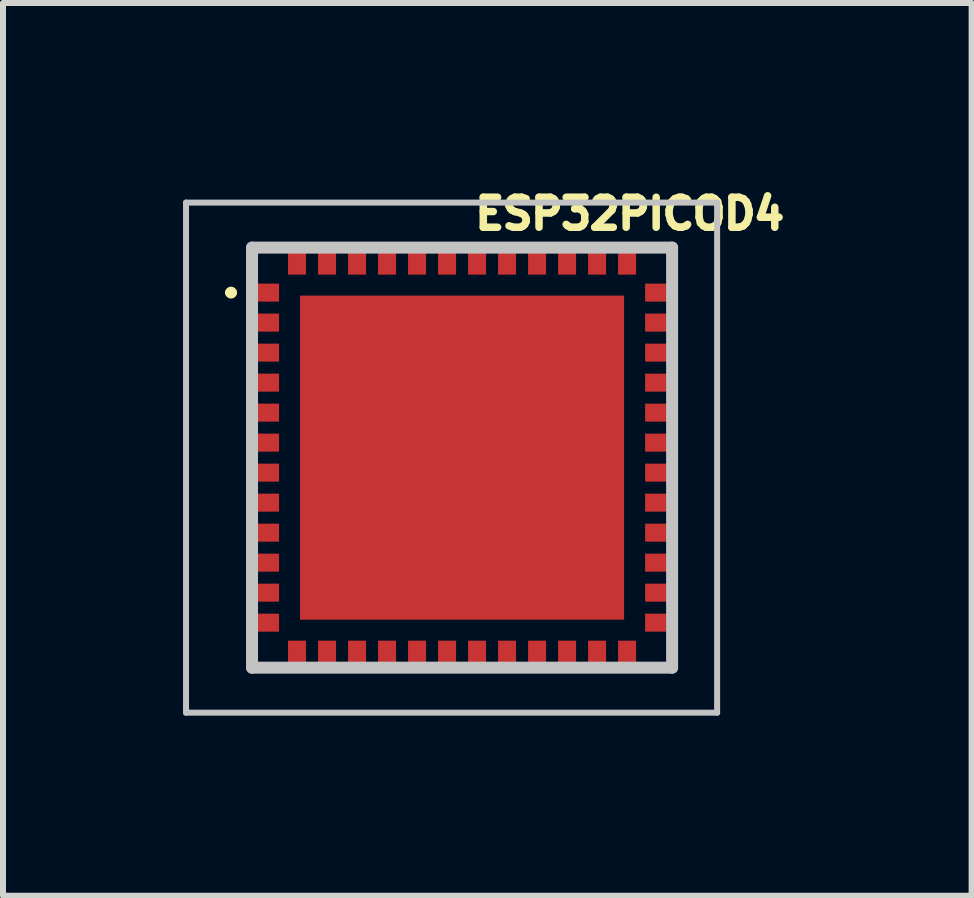
<source format=kicad_pcb>
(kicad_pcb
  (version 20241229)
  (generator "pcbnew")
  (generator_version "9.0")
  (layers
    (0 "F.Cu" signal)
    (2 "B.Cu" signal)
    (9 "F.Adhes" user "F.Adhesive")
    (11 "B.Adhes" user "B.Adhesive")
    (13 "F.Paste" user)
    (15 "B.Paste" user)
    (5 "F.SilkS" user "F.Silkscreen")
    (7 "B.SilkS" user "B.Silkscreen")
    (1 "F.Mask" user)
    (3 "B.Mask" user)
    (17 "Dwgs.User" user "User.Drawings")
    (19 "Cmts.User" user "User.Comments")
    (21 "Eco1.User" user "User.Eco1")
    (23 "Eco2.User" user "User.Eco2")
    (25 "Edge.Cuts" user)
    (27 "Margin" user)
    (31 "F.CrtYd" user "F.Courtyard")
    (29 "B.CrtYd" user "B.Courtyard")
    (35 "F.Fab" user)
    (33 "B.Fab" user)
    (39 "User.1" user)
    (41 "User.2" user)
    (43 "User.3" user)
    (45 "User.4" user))
  (footprint "ESP32PICOD4"
    (layer "F.Cu")
    (at 4.65 4.576)
    (property "Reference" "ESP32PICOD4" (at 2.794 -4.064 0) (layer "F.SilkS") (effects (font (size 0.5 0.5) (thickness 0.125))))
    (attr smd)
    (fp_line (start -3.9 -2.75) (end -3.9 -2.75) (stroke (width 0.1) (type solid)) (layer "F.SilkS"))
    (fp_line (start -3.8 -2.75) (end -3.8 -2.75) (stroke (width 0.1) (type solid)) (layer "F.SilkS"))
    (fp_line (start -3.5 -3.5) (end -3 -3.5) (stroke (width 0.1) (type solid)) (layer "F.SilkS"))
    (fp_line (start -3.5 -3) (end -3.5 -3.5) (stroke (width 0.1) (type solid)) (layer "F.SilkS"))
    (fp_line (start -3.5 3) (end -3.5 3.5) (stroke (width 0.1) (type solid)) (layer "F.SilkS"))
    (fp_line (start -3.5 3.5) (end -3 3.5) (stroke (width 0.1) (type solid)) (layer "F.SilkS"))
    (fp_line (start 3 3.5) (end 3.5 3.5) (stroke (width 0.1) (type solid)) (layer "F.SilkS"))
    (fp_line (start 3.5 -3.5) (end 3 -3.5) (stroke (width 0.1) (type solid)) (layer "F.SilkS"))
    (fp_line (start 3.5 -3) (end 3.5 -3.5) (stroke (width 0.1) (type solid)) (layer "F.SilkS"))
    (fp_line (start 3.5 3.5) (end 3.5 3) (stroke (width 0.1) (type solid)) (layer "F.SilkS"))
    (fp_arc (start -3.9 -2.75) (mid -3.85 -2.8) (end -3.8 -2.75) (stroke (width 0.1) (type solid)) (layer "F.SilkS"))
    (fp_arc (start -3.8 -2.75) (mid -3.85 -2.7) (end -3.9 -2.75) (stroke (width 0.1) (type solid)) (layer "F.SilkS"))
    (fp_line (start -4.6 -4.25) (end 4.25 -4.25) (stroke (width 0.1) (type solid)) (layer "Dwgs.User"))
    (fp_line (start -4.6 4.25) (end -4.6 -4.25) (stroke (width 0.1) (type solid)) (layer "Dwgs.User"))
    (fp_line (start -3.5 -3.5) (end 3.5 -3.5) (stroke (width 0.2) (type solid)) (layer "Dwgs.User"))
    (fp_line (start -3.5 3.5) (end -3.5 -3.5) (stroke (width 0.2) (type solid)) (layer "Dwgs.User"))
    (fp_line (start 3.5 -3.5) (end 3.5 3.5) (stroke (width 0.2) (type solid)) (layer "Dwgs.User"))
    (fp_line (start 3.5 3.5) (end -3.5 3.5) (stroke (width 0.2) (type solid)) (layer "Dwgs.User"))
    (fp_line (start 4.25 -4.25) (end 4.25 4.25) (stroke (width 0.1) (type solid)) (layer "Dwgs.User"))
    (fp_line (start 4.25 4.25) (end -4.6 4.25) (stroke (width 0.1) (type solid)) (layer "Dwgs.User"))
    (pad "1" smd rect (at -3.3 -2.75 90) (size 0.3 0.5) (layers "F.Cu" "F.Mask" "F.Paste"))
    (pad "2" smd rect (at -3.3 -2.25 90) (size 0.3 0.5) (layers "F.Cu" "F.Mask" "F.Paste"))
    (pad "3" smd rect (at -3.3 -1.75 90) (size 0.3 0.5) (layers "F.Cu" "F.Mask" "F.Paste"))
    (pad "4" smd rect (at -3.3 -1.25 90) (size 0.3 0.5) (layers "F.Cu" "F.Mask" "F.Paste"))
    (pad "5" smd rect (at -3.3 -0.75 90) (size 0.3 0.5) (layers "F.Cu" "F.Mask" "F.Paste"))
    (pad "6" smd rect (at -3.3 -0.25 90) (size 0.3 0.5) (layers "F.Cu" "F.Mask" "F.Paste"))
    (pad "7" smd rect (at -3.3 0.25 90) (size 0.3 0.5) (layers "F.Cu" "F.Mask" "F.Paste"))
    (pad "8" smd rect (at -3.3 0.75 90) (size 0.3 0.5) (layers "F.Cu" "F.Mask" "F.Paste"))
    (pad "9" smd rect (at -3.3 1.25 90) (size 0.3 0.5) (layers "F.Cu" "F.Mask" "F.Paste"))
    (pad "10" smd rect (at -3.3 1.75 90) (size 0.3 0.5) (layers "F.Cu" "F.Mask" "F.Paste"))
    (pad "11" smd rect (at -3.3 2.25 90) (size 0.3 0.5) (layers "F.Cu" "F.Mask" "F.Paste"))
    (pad "12" smd rect (at -3.3 2.75 90) (size 0.3 0.5) (layers "F.Cu" "F.Mask" "F.Paste"))
    (pad "13" smd rect (at -2.75 3.3) (size 0.3 0.5) (layers "F.Cu" "F.Mask" "F.Paste"))
    (pad "14" smd rect (at -2.25 3.3) (size 0.3 0.5) (layers "F.Cu" "F.Mask" "F.Paste"))
    (pad "15" smd rect (at -1.75 3.3) (size 0.3 0.5) (layers "F.Cu" "F.Mask" "F.Paste"))
    (pad "16" smd rect (at -1.25 3.3) (size 0.3 0.5) (layers "F.Cu" "F.Mask" "F.Paste"))
    (pad "17" smd rect (at -0.75 3.3) (size 0.3 0.5) (layers "F.Cu" "F.Mask" "F.Paste"))
    (pad "18" smd rect (at -0.25 3.3) (size 0.3 0.5) (layers "F.Cu" "F.Mask" "F.Paste"))
    (pad "19" smd rect (at 0.25 3.3) (size 0.3 0.5) (layers "F.Cu" "F.Mask" "F.Paste"))
    (pad "20" smd rect (at 0.75 3.3) (size 0.3 0.5) (layers "F.Cu" "F.Mask" "F.Paste"))
    (pad "21" smd rect (at 1.25 3.3) (size 0.3 0.5) (layers "F.Cu" "F.Mask" "F.Paste"))
    (pad "22" smd rect (at 1.75 3.3) (size 0.3 0.5) (layers "F.Cu" "F.Mask" "F.Paste"))
    (pad "23" smd rect (at 2.25 3.3) (size 0.3 0.5) (layers "F.Cu" "F.Mask" "F.Paste"))
    (pad "24" smd rect (at 2.75 3.3) (size 0.3 0.5) (layers "F.Cu" "F.Mask" "F.Paste"))
    (pad "25" smd rect (at 3.3 2.75 90) (size 0.3 0.5) (layers "F.Cu" "F.Mask" "F.Paste"))
    (pad "26" smd rect (at 3.3 2.25 90) (size 0.3 0.5) (layers "F.Cu" "F.Mask" "F.Paste"))
    (pad "27" smd rect (at 3.3 1.75 90) (size 0.3 0.5) (layers "F.Cu" "F.Mask" "F.Paste"))
    (pad "28" smd rect (at 3.3 1.25 90) (size 0.3 0.5) (layers "F.Cu" "F.Mask" "F.Paste"))
    (pad "29" smd rect (at 3.3 0.75 90) (size 0.3 0.5) (layers "F.Cu" "F.Mask" "F.Paste"))
    (pad "30" smd rect (at 3.3 0.25 90) (size 0.3 0.5) (layers "F.Cu" "F.Mask" "F.Paste"))
    (pad "31" smd rect (at 3.3 -0.25 90) (size 0.3 0.5) (layers "F.Cu" "F.Mask" "F.Paste"))
    (pad "32" smd rect (at 3.3 -0.75 90) (size 0.3 0.5) (layers "F.Cu" "F.Mask" "F.Paste"))
    (pad "33" smd rect (at 3.3 -1.25 90) (size 0.3 0.5) (layers "F.Cu" "F.Mask" "F.Paste"))
    (pad "34" smd rect (at 3.3 -1.75 90) (size 0.3 0.5) (layers "F.Cu" "F.Mask" "F.Paste"))
    (pad "35" smd rect (at 3.3 -2.25 90) (size 0.3 0.5) (layers "F.Cu" "F.Mask" "F.Paste"))
    (pad "36" smd rect (at 3.3 -2.75 90) (size 0.3 0.5) (layers "F.Cu" "F.Mask" "F.Paste"))
    (pad "37" smd rect (at 2.75 -3.3) (size 0.3 0.5) (layers "F.Cu" "F.Mask" "F.Paste"))
    (pad "38" smd rect (at 2.25 -3.3) (size 0.3 0.5) (layers "F.Cu" "F.Mask" "F.Paste"))
    (pad "39" smd rect (at 1.75 -3.3) (size 0.3 0.5) (layers "F.Cu" "F.Mask" "F.Paste"))
    (pad "40" smd rect (at 1.25 -3.3) (size 0.3 0.5) (layers "F.Cu" "F.Mask" "F.Paste"))
    (pad "41" smd rect (at 0.75 -3.3) (size 0.3 0.5) (layers "F.Cu" "F.Mask" "F.Paste"))
    (pad "42" smd rect (at 0.25 -3.3) (size 0.3 0.5) (layers "F.Cu" "F.Mask" "F.Paste"))
    (pad "43" smd rect (at -0.25 -3.3) (size 0.3 0.5) (layers "F.Cu" "F.Mask" "F.Paste"))
    (pad "44" smd rect (at -0.75 -3.3) (size 0.3 0.5) (layers "F.Cu" "F.Mask" "F.Paste"))
    (pad "45" smd rect (at -1.25 -3.3) (size 0.3 0.5) (layers "F.Cu" "F.Mask" "F.Paste"))
    (pad "46" smd rect (at -1.75 -3.3) (size 0.3 0.5) (layers "F.Cu" "F.Mask" "F.Paste"))
    (pad "47" smd rect (at -2.25 -3.3) (size 0.3 0.5) (layers "F.Cu" "F.Mask" "F.Paste"))
    (pad "48" smd rect (at -2.75 -3.3) (size 0.3 0.5) (layers "F.Cu" "F.Mask" "F.Paste"))
    (pad "49" smd rect (at 0 0) (size 5.4 5.4) (layers "F.Cu" "F.Mask" "F.Paste")))
  (gr_rect
    (start -3 -3)
    (end 13.141 11.876)
    (stroke (width 0.1) (type default))
    (fill no)
    (layer "Edge.Cuts")))
</source>
